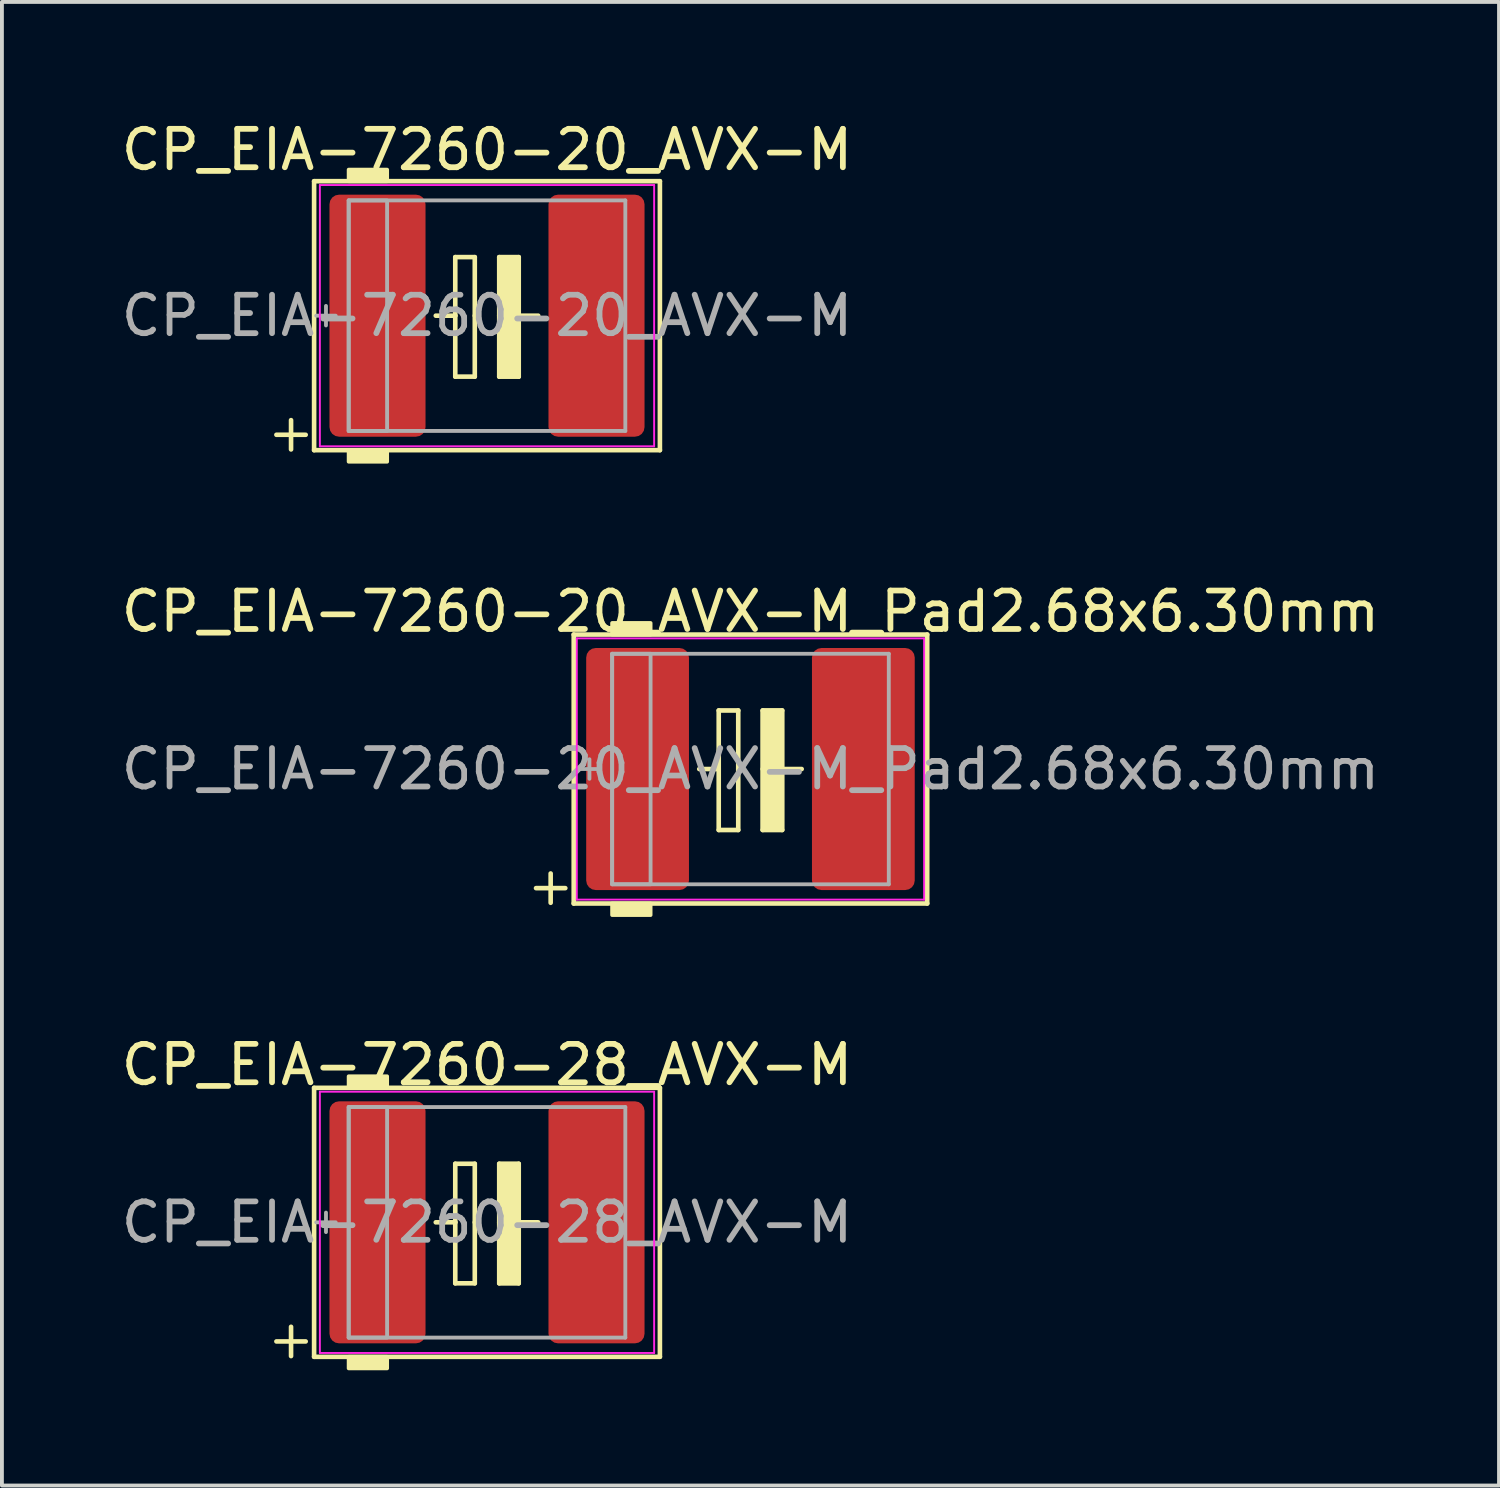
<source format=kicad_pcb>
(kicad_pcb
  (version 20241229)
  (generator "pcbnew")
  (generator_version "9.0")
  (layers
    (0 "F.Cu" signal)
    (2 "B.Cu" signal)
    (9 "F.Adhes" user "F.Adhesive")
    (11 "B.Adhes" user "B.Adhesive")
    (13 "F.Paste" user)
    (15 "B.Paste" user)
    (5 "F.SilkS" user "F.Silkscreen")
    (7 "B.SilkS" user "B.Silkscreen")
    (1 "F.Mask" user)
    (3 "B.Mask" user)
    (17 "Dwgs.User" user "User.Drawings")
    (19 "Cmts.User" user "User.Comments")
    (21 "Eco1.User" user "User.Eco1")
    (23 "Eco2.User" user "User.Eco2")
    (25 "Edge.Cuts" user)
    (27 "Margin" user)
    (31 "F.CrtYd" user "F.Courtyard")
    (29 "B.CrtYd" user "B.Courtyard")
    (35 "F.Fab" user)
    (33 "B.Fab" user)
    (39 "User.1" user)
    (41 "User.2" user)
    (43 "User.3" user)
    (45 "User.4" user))
  (footprint "CP_EIA-7260-20_AVX-M"
    (layer "F.Cu")
    (at 9.625 5.166)
    (property "Reference" "CP_EIA-7260-20_AVX-M" (at 0 -4.318 0) (layer "F.SilkS") (effects (font (size 1 1) (thickness 0.15))))
    (attr smd)
    (fp_line (start -5.481 3.1) (end -4.719 3.1) (stroke (width 0.12) (type solid)) (layer "F.SilkS"))
    (fp_line (start -5.1 2.719) (end -5.1 3.481) (stroke (width 0.12) (type solid)) (layer "F.SilkS"))
    (fp_line (start -4.5 -3.5) (end -4.5 3.5) (stroke (width 0.12) (type solid)) (layer "F.SilkS"))
    (fp_line (start -4.5 3.5) (end 4.5 3.5) (stroke (width 0.12) (type solid)) (layer "F.SilkS"))
    (fp_line (start -1.333 0) (end -0.826 0) (stroke (width 0.12) (type solid)) (layer "F.SilkS"))
    (fp_line (start -0.826 -1.524) (end -0.826 0) (stroke (width 0.12) (type solid)) (layer "F.SilkS"))
    (fp_line (start -0.826 1.587) (end -0.826 0) (stroke (width 0.12) (type solid)) (layer "F.SilkS"))
    (fp_line (start -0.826 1.587) (end -0.318 1.587) (stroke (width 0.12) (type solid)) (layer "F.SilkS"))
    (fp_line (start -0.318 -1.524) (end -0.826 -1.524) (stroke (width 0.12) (type solid)) (layer "F.SilkS"))
    (fp_line (start -0.318 -1.524) (end -0.318 0) (stroke (width 0.12) (type solid)) (layer "F.SilkS"))
    (fp_line (start -0.318 1.587) (end -0.318 0) (stroke (width 0.12) (type solid)) (layer "F.SilkS"))
    (fp_line (start 0.318 -1.524) (end 0.318 0) (stroke (width 0.12) (type solid)) (layer "F.SilkS"))
    (fp_line (start 0.318 1.587) (end 0.318 0) (stroke (width 0.12) (type solid)) (layer "F.SilkS"))
    (fp_line (start 0.318 1.587) (end 0.826 1.587) (stroke (width 0.12) (type solid)) (layer "F.SilkS"))
    (fp_line (start 0.826 -1.524) (end 0.318 -1.524) (stroke (width 0.12) (type solid)) (layer "F.SilkS"))
    (fp_line (start 0.826 -1.524) (end 0.826 0) (stroke (width 0.12) (type solid)) (layer "F.SilkS"))
    (fp_line (start 0.826 0) (end 1.333 0) (stroke (width 0.12) (type solid)) (layer "F.SilkS"))
    (fp_line (start 0.826 1.587) (end 0.826 0) (stroke (width 0.12) (type solid)) (layer "F.SilkS"))
    (fp_line (start 4.5 -3.5) (end -4.5 -3.5) (stroke (width 0.12) (type solid)) (layer "F.SilkS"))
    (fp_line (start 4.5 3.5) (end 4.5 -3.5) (stroke (width 0.12) (type solid)) (layer "F.SilkS"))
    (fp_poly (pts (xy -2.6 -3.5) (xy -3.6 -3.5) (xy -3.6 -3.8) (xy -2.6 -3.8)) (stroke (width 0.1) (type solid)) (fill yes) (layer "F.SilkS"))
    (fp_poly (pts (xy -2.6 3.8) (xy -3.6 3.8) (xy -3.6 3.5) (xy -2.6 3.5)) (stroke (width 0.1) (type solid)) (fill yes) (layer "F.SilkS"))
    (fp_poly (pts (xy 0.826 1.587) (xy 0.318 1.587) (xy 0.318 -1.524) (xy 0.826 -1.524)) (stroke (width 0.1) (type solid)) (fill yes) (layer "F.SilkS"))
    (fp_line (start -4.35 -3.4) (end 4.35 -3.4) (stroke (width 0.05) (type solid)) (layer "F.CrtYd"))
    (fp_line (start -4.35 3.4) (end -4.35 -3.4) (stroke (width 0.05) (type solid)) (layer "F.CrtYd"))
    (fp_line (start 4.35 -3.4) (end 4.35 3.4) (stroke (width 0.05) (type solid)) (layer "F.CrtYd"))
    (fp_line (start 4.35 3.4) (end -4.35 3.4) (stroke (width 0.05) (type solid)) (layer "F.CrtYd"))
    (fp_line (start -4.191 -0.254) (end -4.191 0.254) (stroke (width 0.1) (type solid)) (layer "F.Fab"))
    (fp_line (start -3.937 0) (end -4.445 0) (stroke (width 0.1) (type solid)) (layer "F.Fab"))
    (fp_line (start -3.6 -3) (end -3.6 3) (stroke (width 0.1) (type solid)) (layer "F.Fab"))
    (fp_line (start -3.6 3) (end 3.6 3) (stroke (width 0.1) (type solid)) (layer "F.Fab"))
    (fp_line (start 3.6 -3) (end -3.6 -3) (stroke (width 0.1) (type solid)) (layer "F.Fab"))
    (fp_line (start 3.6 3) (end 3.6 -3) (stroke (width 0.1) (type solid)) (layer "F.Fab"))
    (fp_rect (start -3.6 -3) (end -2.6 3) (stroke (width 0.1) (type solid)) (fill no) (layer "F.Fab"))
    (fp_text user "${REFERENCE}" (at 0 0 0) (layer "F.Fab") (effects (font (size 1 1) (thickness 0.15))))
    (pad "1" smd roundrect (at -2.85 0) (size 2.5 6.3) (layers "F.Cu" "F.Mask" "F.Paste") (roundrect_rratio 0.1))
    (pad "2" smd roundrect (at 2.85 0) (size 2.5 6.3) (layers "F.Cu" "F.Mask" "F.Paste") (roundrect_rratio 0.1)))
  (footprint "CP_EIA-7260-20_AVX-M_Pad2.68x6.30mm"
    (layer "F.Cu")
    (at 16.482 16.965)
    (property "Reference" "CP_EIA-7260-20_AVX-M_Pad2.68x6.30mm" (at 0 -4.1 0) (layer "F.SilkS") (effects (font (size 1 1) (thickness 0.15))))
    (attr smd)
    (fp_line (start -5.581 3.1) (end -4.819 3.1) (stroke (width 0.12) (type solid)) (layer "F.SilkS"))
    (fp_line (start -5.2 2.719) (end -5.2 3.481) (stroke (width 0.12) (type solid)) (layer "F.SilkS"))
    (fp_line (start -4.6 -3.5) (end -4.6 3.5) (stroke (width 0.12) (type solid)) (layer "F.SilkS"))
    (fp_line (start -4.6 -3.5) (end 4.6 -3.5) (stroke (width 0.12) (type solid)) (layer "F.SilkS"))
    (fp_line (start -4.6 3.5) (end 4.6 3.5) (stroke (width 0.12) (type solid)) (layer "F.SilkS"))
    (fp_line (start -1.333 0) (end -0.826 0) (stroke (width 0.12) (type solid)) (layer "F.SilkS"))
    (fp_line (start -0.826 -1.524) (end -0.826 0) (stroke (width 0.12) (type solid)) (layer "F.SilkS"))
    (fp_line (start -0.826 1.587) (end -0.826 0) (stroke (width 0.12) (type solid)) (layer "F.SilkS"))
    (fp_line (start -0.826 1.587) (end -0.318 1.587) (stroke (width 0.12) (type solid)) (layer "F.SilkS"))
    (fp_line (start -0.318 -1.524) (end -0.826 -1.524) (stroke (width 0.12) (type solid)) (layer "F.SilkS"))
    (fp_line (start -0.318 -1.524) (end -0.318 0) (stroke (width 0.12) (type solid)) (layer "F.SilkS"))
    (fp_line (start -0.318 1.587) (end -0.318 0) (stroke (width 0.12) (type solid)) (layer "F.SilkS"))
    (fp_line (start 0.318 -1.524) (end 0.318 0) (stroke (width 0.12) (type solid)) (layer "F.SilkS"))
    (fp_line (start 0.318 1.587) (end 0.318 0) (stroke (width 0.12) (type solid)) (layer "F.SilkS"))
    (fp_line (start 0.318 1.587) (end 0.826 1.587) (stroke (width 0.12) (type solid)) (layer "F.SilkS"))
    (fp_line (start 0.826 -1.524) (end 0.318 -1.524) (stroke (width 0.12) (type solid)) (layer "F.SilkS"))
    (fp_line (start 0.826 -1.524) (end 0.826 0) (stroke (width 0.12) (type solid)) (layer "F.SilkS"))
    (fp_line (start 0.826 0) (end 1.333 0) (stroke (width 0.12) (type solid)) (layer "F.SilkS"))
    (fp_line (start 0.826 1.587) (end 0.826 0) (stroke (width 0.12) (type solid)) (layer "F.SilkS"))
    (fp_line (start 4.6 -3.5) (end 4.6 3.5) (stroke (width 0.12) (type solid)) (layer "F.SilkS"))
    (fp_poly (pts (xy -2.6 -3.5) (xy -3.6 -3.5) (xy -3.6 -3.8) (xy -2.6 -3.8)) (stroke (width 0.1) (type solid)) (fill yes) (layer "F.SilkS"))
    (fp_poly (pts (xy -2.6 3.8) (xy -3.6 3.8) (xy -3.6 3.5) (xy -2.6 3.5)) (stroke (width 0.1) (type solid)) (fill yes) (layer "F.SilkS"))
    (fp_poly (pts (xy 0.826 1.587) (xy 0.318 1.587) (xy 0.318 -1.524) (xy 0.826 -1.524)) (stroke (width 0.1) (type solid)) (fill yes) (layer "F.SilkS"))
    (fp_line (start -4.52 -3.4) (end 4.52 -3.4) (stroke (width 0.05) (type solid)) (layer "F.CrtYd"))
    (fp_line (start -4.52 3.4) (end -4.52 -3.4) (stroke (width 0.05) (type solid)) (layer "F.CrtYd"))
    (fp_line (start 4.52 -3.4) (end 4.52 3.4) (stroke (width 0.05) (type solid)) (layer "F.CrtYd"))
    (fp_line (start 4.52 3.4) (end -4.52 3.4) (stroke (width 0.05) (type solid)) (layer "F.CrtYd"))
    (fp_line (start -4.191 -0.254) (end -4.191 0.254) (stroke (width 0.1) (type solid)) (layer "F.Fab"))
    (fp_line (start -3.937 0) (end -4.445 0) (stroke (width 0.1) (type solid)) (layer "F.Fab"))
    (fp_line (start -3.6 -3) (end -3.6 3) (stroke (width 0.1) (type solid)) (layer "F.Fab"))
    (fp_line (start -3.6 3) (end 3.6 3) (stroke (width 0.1) (type solid)) (layer "F.Fab"))
    (fp_line (start 3.6 -3) (end -3.6 -3) (stroke (width 0.1) (type solid)) (layer "F.Fab"))
    (fp_line (start 3.6 3) (end 3.6 -3) (stroke (width 0.1) (type solid)) (layer "F.Fab"))
    (fp_rect (start -3.6 -3) (end -2.6 3) (stroke (width 0.1) (type solid)) (fill no) (layer "F.Fab"))
    (fp_text user "${REFERENCE}" (at 0 0 0) (layer "F.Fab") (effects (font (size 1 1) (thickness 0.15))))
    (pad "1" smd roundrect (at -2.938 0) (size 2.675 6.3) (layers "F.Cu" "F.Mask" "F.Paste") (roundrect_rratio 0.093))
    (pad "2" smd roundrect (at 2.938 0) (size 2.675 6.3) (layers "F.Cu" "F.Mask" "F.Paste") (roundrect_rratio 0.093)))
  (footprint "CP_EIA-7260-28_AVX-M"
    (layer "F.Cu")
    (at 9.625 28.763)
    (property "Reference" "CP_EIA-7260-28_AVX-M" (at 0 -4.1 0) (layer "F.SilkS") (effects (font (size 1 1) (thickness 0.15))))
    (attr smd)
    (fp_line (start -5.481 3.1) (end -4.719 3.1) (stroke (width 0.12) (type solid)) (layer "F.SilkS"))
    (fp_line (start -5.1 2.719) (end -5.1 3.481) (stroke (width 0.12) (type solid)) (layer "F.SilkS"))
    (fp_line (start -4.5 -3.5) (end -4.5 3.5) (stroke (width 0.12) (type solid)) (layer "F.SilkS"))
    (fp_line (start -4.5 3.5) (end 4.5 3.5) (stroke (width 0.12) (type solid)) (layer "F.SilkS"))
    (fp_line (start -1.333 0) (end -0.826 0) (stroke (width 0.12) (type solid)) (layer "F.SilkS"))
    (fp_line (start -0.826 -1.524) (end -0.826 0) (stroke (width 0.12) (type solid)) (layer "F.SilkS"))
    (fp_line (start -0.826 1.587) (end -0.826 0) (stroke (width 0.12) (type solid)) (layer "F.SilkS"))
    (fp_line (start -0.826 1.587) (end -0.318 1.587) (stroke (width 0.12) (type solid)) (layer "F.SilkS"))
    (fp_line (start -0.318 -1.524) (end -0.826 -1.524) (stroke (width 0.12) (type solid)) (layer "F.SilkS"))
    (fp_line (start -0.318 -1.524) (end -0.318 0) (stroke (width 0.12) (type solid)) (layer "F.SilkS"))
    (fp_line (start -0.318 1.587) (end -0.318 0) (stroke (width 0.12) (type solid)) (layer "F.SilkS"))
    (fp_line (start 0.318 -1.524) (end 0.318 0) (stroke (width 0.12) (type solid)) (layer "F.SilkS"))
    (fp_line (start 0.318 1.587) (end 0.318 0) (stroke (width 0.12) (type solid)) (layer "F.SilkS"))
    (fp_line (start 0.318 1.587) (end 0.826 1.587) (stroke (width 0.12) (type solid)) (layer "F.SilkS"))
    (fp_line (start 0.826 -1.524) (end 0.318 -1.524) (stroke (width 0.12) (type solid)) (layer "F.SilkS"))
    (fp_line (start 0.826 -1.524) (end 0.826 0) (stroke (width 0.12) (type solid)) (layer "F.SilkS"))
    (fp_line (start 0.826 0) (end 1.333 0) (stroke (width 0.12) (type solid)) (layer "F.SilkS"))
    (fp_line (start 0.826 1.587) (end 0.826 0) (stroke (width 0.12) (type solid)) (layer "F.SilkS"))
    (fp_line (start 4.5 -3.5) (end -4.5 -3.5) (stroke (width 0.12) (type solid)) (layer "F.SilkS"))
    (fp_line (start 4.5 3.5) (end 4.5 -3.5) (stroke (width 0.12) (type solid)) (layer "F.SilkS"))
    (fp_poly (pts (xy -2.6 -3.5) (xy -3.6 -3.5) (xy -3.6 -3.8) (xy -2.6 -3.8)) (stroke (width 0.1) (type solid)) (fill yes) (layer "F.SilkS"))
    (fp_poly (pts (xy -2.6 3.8) (xy -3.6 3.8) (xy -3.6 3.5) (xy -2.6 3.5)) (stroke (width 0.1) (type solid)) (fill yes) (layer "F.SilkS"))
    (fp_poly (pts (xy 0.826 1.587) (xy 0.318 1.587) (xy 0.318 -1.524) (xy 0.826 -1.524)) (stroke (width 0.1) (type solid)) (fill yes) (layer "F.SilkS"))
    (fp_line (start -4.35 -3.4) (end 4.35 -3.4) (stroke (width 0.05) (type solid)) (layer "F.CrtYd"))
    (fp_line (start -4.35 3.4) (end -4.35 -3.4) (stroke (width 0.05) (type solid)) (layer "F.CrtYd"))
    (fp_line (start 4.35 -3.4) (end 4.35 3.4) (stroke (width 0.05) (type solid)) (layer "F.CrtYd"))
    (fp_line (start 4.35 3.4) (end -4.35 3.4) (stroke (width 0.05) (type solid)) (layer "F.CrtYd"))
    (fp_line (start -4.191 -0.254) (end -4.191 0.254) (stroke (width 0.1) (type solid)) (layer "F.Fab"))
    (fp_line (start -3.937 0) (end -4.445 0) (stroke (width 0.1) (type solid)) (layer "F.Fab"))
    (fp_line (start -3.6 -3) (end -3.6 3) (stroke (width 0.1) (type solid)) (layer "F.Fab"))
    (fp_line (start -3.6 3) (end 3.6 3) (stroke (width 0.1) (type solid)) (layer "F.Fab"))
    (fp_line (start 3.6 -3) (end -3.6 -3) (stroke (width 0.1) (type solid)) (layer "F.Fab"))
    (fp_line (start 3.6 3) (end 3.6 -3) (stroke (width 0.1) (type solid)) (layer "F.Fab"))
    (fp_rect (start -3.6 -3) (end -2.6 3) (stroke (width 0.1) (type solid)) (fill no) (layer "F.Fab"))
    (fp_text user "${REFERENCE}" (at 0 0 0) (layer "F.Fab") (effects (font (size 1 1) (thickness 0.15))))
    (pad "1" smd roundrect (at -2.85 0) (size 2.5 6.3) (layers "F.Cu" "F.Mask" "F.Paste") (roundrect_rratio 0.1))
    (pad "2" smd roundrect (at 2.85 0) (size 2.5 6.3) (layers "F.Cu" "F.Mask" "F.Paste") (roundrect_rratio 0.1)))
  (gr_rect
    (start -3 -3)
    (end 35.964 35.613)
    (stroke (width 0.1) (type default))
    (fill no)
    (layer "Edge.Cuts")))
</source>
